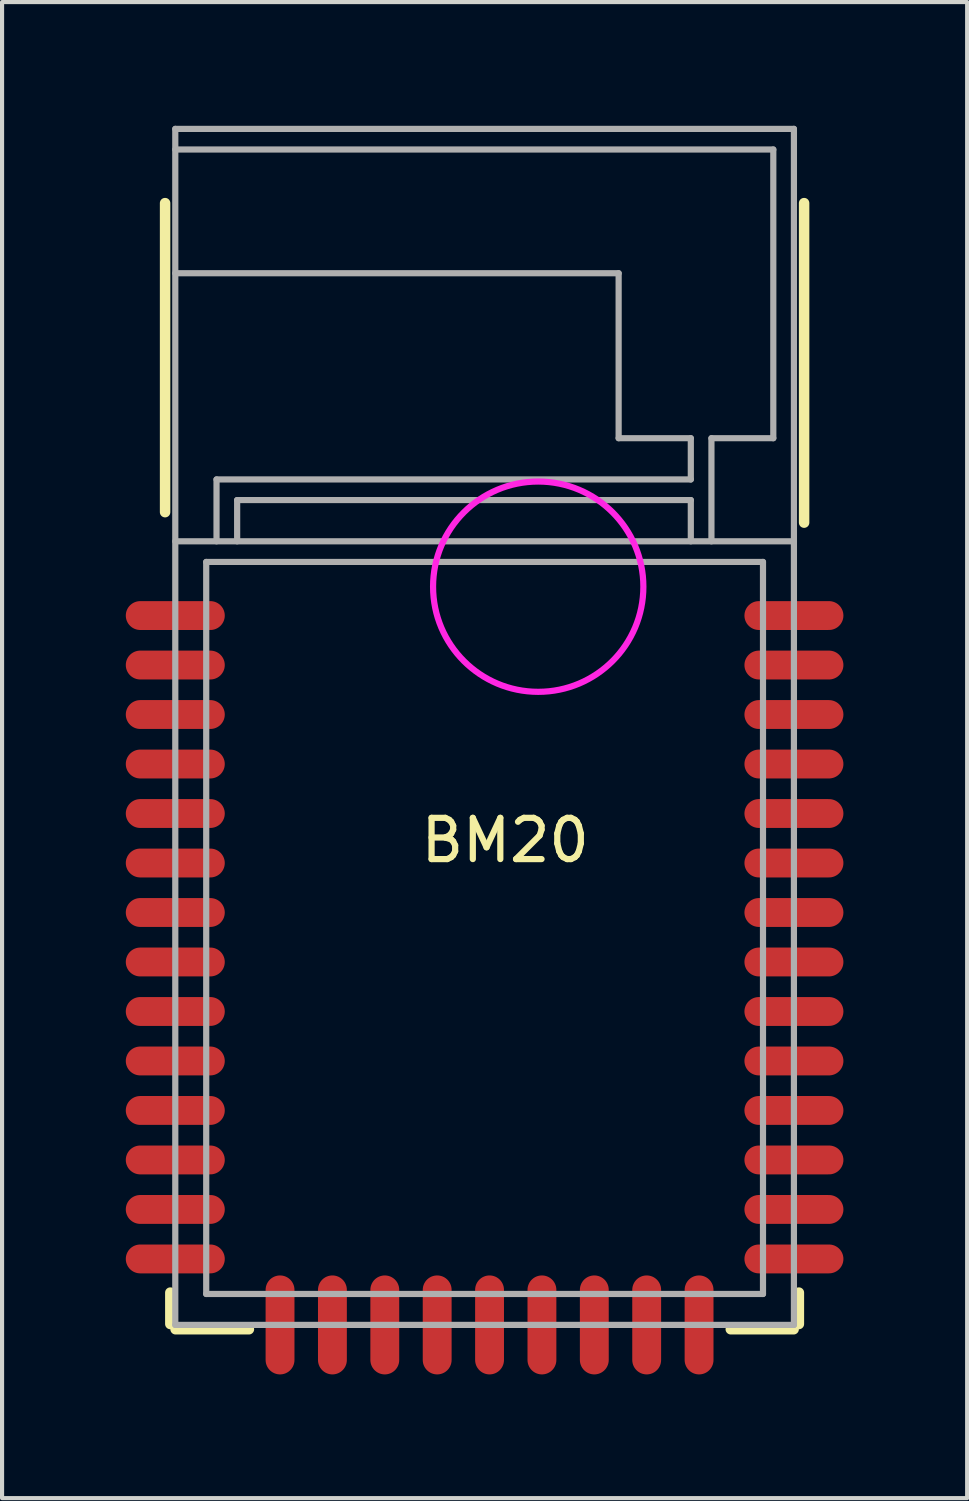
<source format=kicad_pcb>
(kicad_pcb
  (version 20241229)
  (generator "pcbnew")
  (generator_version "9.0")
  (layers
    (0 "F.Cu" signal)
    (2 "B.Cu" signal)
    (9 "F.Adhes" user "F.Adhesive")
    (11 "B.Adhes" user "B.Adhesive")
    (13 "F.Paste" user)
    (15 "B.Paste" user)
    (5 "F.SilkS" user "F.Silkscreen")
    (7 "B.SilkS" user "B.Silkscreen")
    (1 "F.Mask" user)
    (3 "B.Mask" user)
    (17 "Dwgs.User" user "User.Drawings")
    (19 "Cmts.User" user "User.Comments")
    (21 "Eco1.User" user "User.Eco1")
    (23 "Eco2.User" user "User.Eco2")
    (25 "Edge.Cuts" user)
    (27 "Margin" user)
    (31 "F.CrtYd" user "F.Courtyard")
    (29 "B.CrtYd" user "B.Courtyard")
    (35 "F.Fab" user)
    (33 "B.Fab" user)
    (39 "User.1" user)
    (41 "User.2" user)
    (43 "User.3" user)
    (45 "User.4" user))
  (footprint "BM20"
    (layer "F.Cu")
    (at 8.7 14.575)
    (property "Reference" "BM20" (at 0.5 2.75 0) (layer "F.SilkS") (effects (font (size 1 1) (thickness 0.15))))
    (attr through_hole)
    (fp_line (start -7.747 -12.7) (end -7.747 -5.207) (stroke (width 0.254) (type solid)) (layer "F.SilkS"))
    (fp_line (start -7.62 13.716) (end -7.62 14.478) (stroke (width 0.254) (type solid)) (layer "F.SilkS"))
    (fp_line (start -7.493 14.605) (end -5.715 14.605) (stroke (width 0.254) (type solid)) (layer "F.SilkS"))
    (fp_line (start 5.969 14.605) (end 7.493 14.605) (stroke (width 0.254) (type solid)) (layer "F.SilkS"))
    (fp_line (start 7.62 14.478) (end 7.62 13.716) (stroke (width 0.254) (type solid)) (layer "F.SilkS"))
    (fp_line (start 7.747 -4.953) (end 7.747 -12.7) (stroke (width 0.254) (type solid)) (layer "F.SilkS"))
    (fp_circle (center 1.3 -3.4) (end 3 -1.5) (stroke (width 0.15) (type solid)) (fill no) (layer "F.CrtYd"))
    (fp_line (start -7.5 -14.5) (end -7.5 14.5) (stroke (width 0.15) (type solid)) (layer "F.Fab"))
    (fp_line (start -7.5 -14) (end 7 -14) (stroke (width 0.15) (type solid)) (layer "F.Fab"))
    (fp_line (start -7.5 -4.5) (end 7.5 -4.5) (stroke (width 0.15) (type solid)) (layer "F.Fab"))
    (fp_line (start -7.5 14.5) (end 7.5 14.5) (stroke (width 0.15) (type solid)) (layer "F.Fab"))
    (fp_line (start -6.75 -4) (end -6.75 13.75) (stroke (width 0.15) (type solid)) (layer "F.Fab"))
    (fp_line (start -6.75 13.75) (end 6.75 13.75) (stroke (width 0.15) (type solid)) (layer "F.Fab"))
    (fp_line (start -6.5 -6) (end 5 -6) (stroke (width 0.15) (type solid)) (layer "F.Fab"))
    (fp_line (start -6.5 -4.5) (end -6.5 -6) (stroke (width 0.15) (type solid)) (layer "F.Fab"))
    (fp_line (start -6 -5.5) (end -6 -4.5) (stroke (width 0.15) (type solid)) (layer "F.Fab"))
    (fp_line (start 3.25 -11) (end -7.5 -11) (stroke (width 0.15) (type solid)) (layer "F.Fab"))
    (fp_line (start 3.25 -7) (end 3.25 -11) (stroke (width 0.15) (type solid)) (layer "F.Fab"))
    (fp_line (start 5 -7) (end 3.25 -7) (stroke (width 0.15) (type solid)) (layer "F.Fab"))
    (fp_line (start 5 -6) (end 5 -7) (stroke (width 0.15) (type solid)) (layer "F.Fab"))
    (fp_line (start 5 -5.5) (end -6 -5.5) (stroke (width 0.15) (type solid)) (layer "F.Fab"))
    (fp_line (start 5 -4.5) (end 5 -5.5) (stroke (width 0.15) (type solid)) (layer "F.Fab"))
    (fp_line (start 5.5 -7) (end 5.5 -4.5) (stroke (width 0.15) (type solid)) (layer "F.Fab"))
    (fp_line (start 6.75 -4) (end -6.75 -4) (stroke (width 0.15) (type solid)) (layer "F.Fab"))
    (fp_line (start 6.75 13.75) (end 6.75 -4) (stroke (width 0.15) (type solid)) (layer "F.Fab"))
    (fp_line (start 7 -14) (end 7 -7) (stroke (width 0.15) (type solid)) (layer "F.Fab"))
    (fp_line (start 7 -7) (end 5.5 -7) (stroke (width 0.15) (type solid)) (layer "F.Fab"))
    (fp_line (start 7.5 -14.5) (end -7.5 -14.5) (stroke (width 0.15) (type solid)) (layer "F.Fab"))
    (fp_line (start 7.5 14.5) (end 7.5 -14.5) (stroke (width 0.15) (type solid)) (layer "F.Fab"))
    (pad "1" smd oval (at -7.5 -2.7 90) (size 0.7 2.4) (layers "F.Cu" "F.Mask" "F.Paste"))
    (pad "2" smd oval (at -7.5 -1.5 90) (size 0.7 2.4) (layers "F.Cu" "F.Mask" "F.Paste"))
    (pad "3" smd oval (at -7.5 -0.3 90) (size 0.7 2.4) (layers "F.Cu" "F.Mask" "F.Paste"))
    (pad "4" smd oval (at -7.5 0.9 90) (size 0.7 2.4) (layers "F.Cu" "F.Mask" "F.Paste"))
    (pad "5" smd oval (at -7.5 2.1 90) (size 0.7 2.4) (layers "F.Cu" "F.Mask" "F.Paste"))
    (pad "6" smd oval (at -7.5 3.3 90) (size 0.7 2.4) (layers "F.Cu" "F.Mask" "F.Paste"))
    (pad "7" smd oval (at -7.5 4.5 90) (size 0.7 2.4) (layers "F.Cu" "F.Mask" "F.Paste"))
    (pad "8" smd oval (at -7.5 5.7 90) (size 0.7 2.4) (layers "F.Cu" "F.Mask" "F.Paste"))
    (pad "9" smd oval (at -7.5 6.9 90) (size 0.7 2.4) (layers "F.Cu" "F.Mask" "F.Paste"))
    (pad "10" smd oval (at -7.5 8.1 90) (size 0.7 2.4) (layers "F.Cu" "F.Mask" "F.Paste"))
    (pad "11" smd oval (at -7.5 9.3 90) (size 0.7 2.4) (layers "F.Cu" "F.Mask" "F.Paste"))
    (pad "12" smd oval (at -7.5 10.5 90) (size 0.7 2.4) (layers "F.Cu" "F.Mask" "F.Paste"))
    (pad "13" smd oval (at -7.5 11.7 90) (size 0.7 2.4) (layers "F.Cu" "F.Mask" "F.Paste"))
    (pad "14" smd oval (at -7.5 12.9 90) (size 0.7 2.4) (layers "F.Cu" "F.Mask" "F.Paste"))
    (pad "15" smd oval (at -4.96 14.5) (size 0.7 2.4) (layers "F.Cu" "F.Mask" "F.Paste"))
    (pad "16" smd oval (at -3.69 14.5) (size 0.7 2.4) (layers "F.Cu" "F.Mask" "F.Paste"))
    (pad "17" smd oval (at -2.42 14.5) (size 0.7 2.4) (layers "F.Cu" "F.Mask" "F.Paste"))
    (pad "18" smd oval (at -1.15 14.5) (size 0.7 2.4) (layers "F.Cu" "F.Mask" "F.Paste"))
    (pad "19" smd oval (at 0.12 14.5) (size 0.7 2.4) (layers "F.Cu" "F.Mask" "F.Paste"))
    (pad "20" smd oval (at 1.39 14.5) (size 0.7 2.4) (layers "F.Cu" "F.Mask" "F.Paste"))
    (pad "21" smd oval (at 2.66 14.5) (size 0.7 2.4) (layers "F.Cu" "F.Mask" "F.Paste"))
    (pad "22" smd oval (at 3.93 14.5) (size 0.7 2.4) (layers "F.Cu" "F.Mask" "F.Paste"))
    (pad "23" smd oval (at 5.2 14.5) (size 0.7 2.4) (layers "F.Cu" "F.Mask" "F.Paste"))
    (pad "24" smd oval (at 7.5 12.9 90) (size 0.7 2.4) (layers "F.Cu" "F.Mask" "F.Paste"))
    (pad "25" smd oval (at 7.5 11.7 90) (size 0.7 2.4) (layers "F.Cu" "F.Mask" "F.Paste"))
    (pad "26" smd oval (at 7.5 10.5 90) (size 0.7 2.4) (layers "F.Cu" "F.Mask" "F.Paste"))
    (pad "27" smd oval (at 7.5 9.3 90) (size 0.7 2.4) (layers "F.Cu" "F.Mask" "F.Paste"))
    (pad "28" smd oval (at 7.5 8.1 90) (size 0.7 2.4) (layers "F.Cu" "F.Mask" "F.Paste"))
    (pad "29" smd oval (at 7.5 6.9 90) (size 0.7 2.4) (layers "F.Cu" "F.Mask" "F.Paste"))
    (pad "30" smd oval (at 7.5 5.7 90) (size 0.7 2.4) (layers "F.Cu" "F.Mask" "F.Paste"))
    (pad "31" smd oval (at 7.5 4.5 90) (size 0.7 2.4) (layers "F.Cu" "F.Mask" "F.Paste"))
    (pad "32" smd oval (at 7.5 3.3 90) (size 0.7 2.4) (layers "F.Cu" "F.Mask" "F.Paste"))
    (pad "33" smd oval (at 7.5 2.1 90) (size 0.7 2.4) (layers "F.Cu" "F.Mask" "F.Paste"))
    (pad "34" smd oval (at 7.5 0.9 90) (size 0.7 2.4) (layers "F.Cu" "F.Mask" "F.Paste"))
    (pad "35" smd oval (at 7.5 -0.3 90) (size 0.7 2.4) (layers "F.Cu" "F.Mask" "F.Paste"))
    (pad "36" smd oval (at 7.5 -1.5 90) (size 0.7 2.4) (layers "F.Cu" "F.Mask" "F.Paste"))
    (pad "37" smd oval (at 7.5 -2.7 90) (size 0.7 2.4) (layers "F.Cu" "F.Mask" "F.Paste")))
  (gr_rect
    (start -3 -3)
    (end 20.4 33.275)
    (stroke (width 0.1) (type default))
    (fill no)
    (layer "Edge.Cuts")))
</source>
